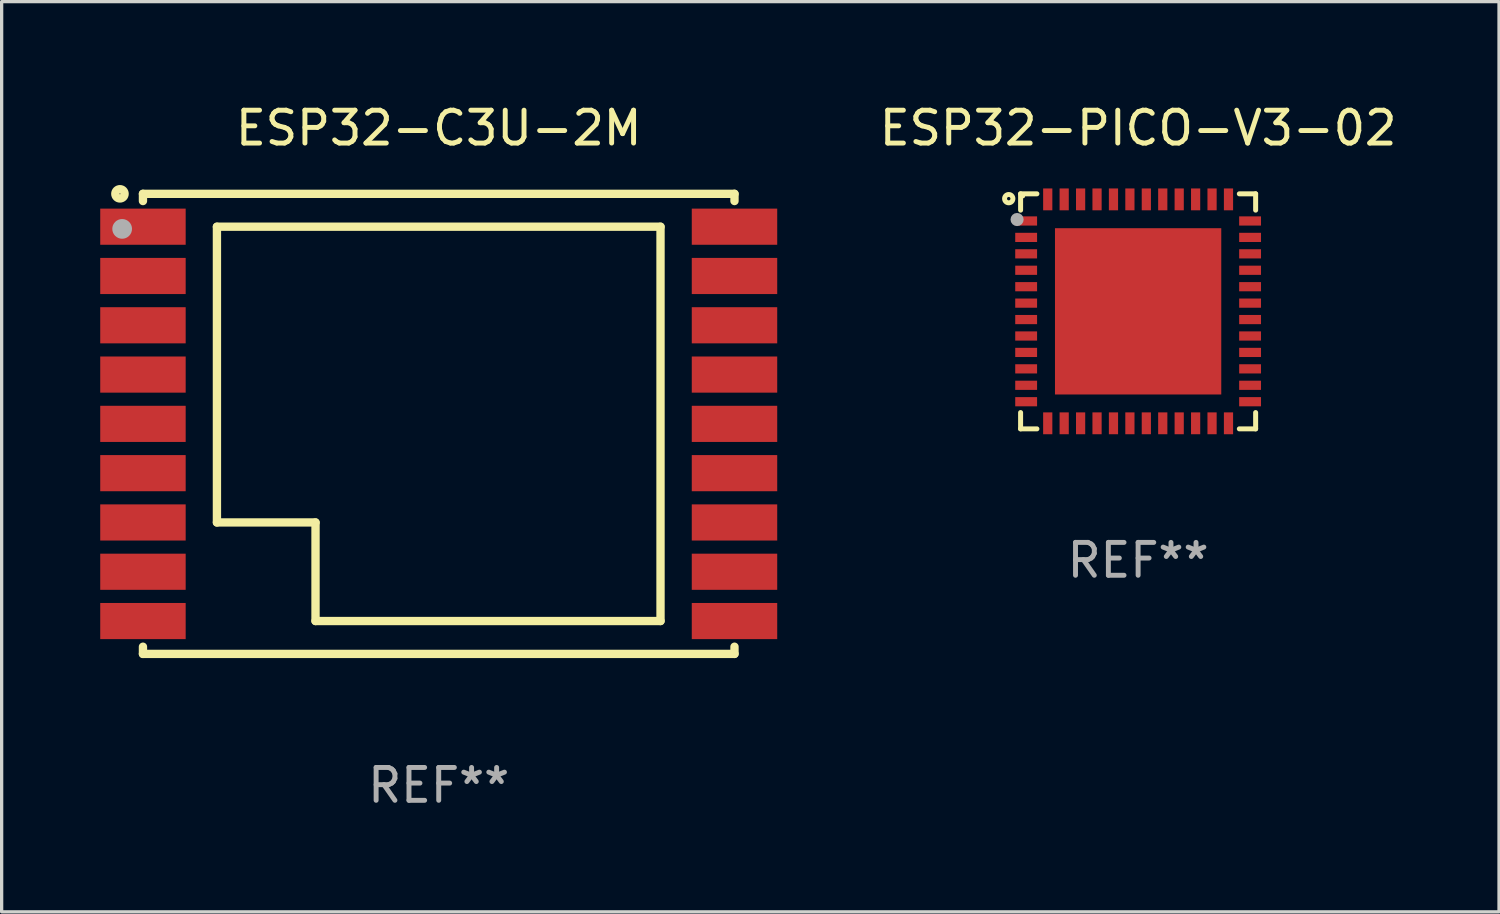
<source format=kicad_pcb>
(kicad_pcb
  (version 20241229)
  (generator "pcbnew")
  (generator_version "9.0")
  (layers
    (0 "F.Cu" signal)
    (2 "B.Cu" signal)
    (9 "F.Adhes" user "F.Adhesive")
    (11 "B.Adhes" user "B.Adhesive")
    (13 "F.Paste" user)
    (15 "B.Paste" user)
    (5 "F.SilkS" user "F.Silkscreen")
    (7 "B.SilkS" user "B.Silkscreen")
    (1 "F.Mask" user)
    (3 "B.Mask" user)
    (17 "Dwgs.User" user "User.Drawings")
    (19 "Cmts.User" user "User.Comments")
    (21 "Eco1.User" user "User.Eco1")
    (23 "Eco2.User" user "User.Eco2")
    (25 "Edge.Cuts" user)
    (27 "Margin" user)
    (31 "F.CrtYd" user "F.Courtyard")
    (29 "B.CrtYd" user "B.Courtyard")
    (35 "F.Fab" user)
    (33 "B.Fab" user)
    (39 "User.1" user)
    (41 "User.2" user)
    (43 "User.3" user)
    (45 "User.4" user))
  (footprint "ESP32-PICO-V3-02"
    (layer "F.Cu")
    (at 31.582 6.424)
    (property "Reference" "ESP32-PICO-V3-02" (at 0 -5.576 0) (layer "F.SilkS") (effects (font (size 1 1) (thickness 0.15))))
    (attr through_hole)
    (fp_line (start -3.576 -3.576) (end -3.576 -3.08) (stroke (width 0.152) (type solid)) (layer "F.SilkS"))
    (fp_line (start -3.576 3.576) (end -3.576 3.08) (stroke (width 0.152) (type solid)) (layer "F.SilkS"))
    (fp_line (start -3.08 -3.576) (end -3.576 -3.576) (stroke (width 0.152) (type solid)) (layer "F.SilkS"))
    (fp_line (start -3.08 3.576) (end -3.576 3.576) (stroke (width 0.152) (type solid)) (layer "F.SilkS"))
    (fp_line (start 3.08 -3.576) (end 3.576 -3.576) (stroke (width 0.152) (type solid)) (layer "F.SilkS"))
    (fp_line (start 3.08 3.576) (end 3.576 3.576) (stroke (width 0.152) (type solid)) (layer "F.SilkS"))
    (fp_line (start 3.576 -3.576) (end 3.576 -3.08) (stroke (width 0.152) (type solid)) (layer "F.SilkS"))
    (fp_line (start 3.576 3.576) (end 3.576 3.08) (stroke (width 0.152) (type solid)) (layer "F.SilkS"))
    (fp_circle (center -3.937 -3.429) (end -3.81 -3.429) (stroke (width 0.15) (type solid)) (fill no) (layer "F.SilkS"))
    (fp_circle (center -3.5 -3.5) (end -3.47 -3.5) (stroke (width 0.06) (type solid)) (fill no) (layer "F.SilkS"))
    (fp_circle (center -3.683 -2.794) (end -3.583 -2.794) (stroke (width 0.2) (type solid)) (fill no) (layer "F.Fab"))
    (fp_text user "REF**" (at 0 7.576 0) (layer "F.Fab") (effects (font (size 1 1) (thickness 0.15))))
    (pad "1" smd rect (at -3.407 -2.75) (size 0.665 0.28) (layers "F.Cu" "F.Mask" "F.Paste"))
    (pad "2" smd rect (at -3.407 -2.25) (size 0.665 0.28) (layers "F.Cu" "F.Mask" "F.Paste"))
    (pad "3" smd rect (at -3.407 -1.75) (size 0.665 0.28) (layers "F.Cu" "F.Mask" "F.Paste"))
    (pad "4" smd rect (at -3.407 -1.25) (size 0.665 0.28) (layers "F.Cu" "F.Mask" "F.Paste"))
    (pad "5" smd rect (at -3.407 -0.75) (size 0.665 0.28) (layers "F.Cu" "F.Mask" "F.Paste"))
    (pad "6" smd rect (at -3.407 -0.25) (size 0.665 0.28) (layers "F.Cu" "F.Mask" "F.Paste"))
    (pad "7" smd rect (at -3.407 0.25) (size 0.665 0.28) (layers "F.Cu" "F.Mask" "F.Paste"))
    (pad "8" smd rect (at -3.407 0.75) (size 0.665 0.28) (layers "F.Cu" "F.Mask" "F.Paste"))
    (pad "9" smd rect (at -3.407 1.25) (size 0.665 0.28) (layers "F.Cu" "F.Mask" "F.Paste"))
    (pad "10" smd rect (at -3.407 1.75) (size 0.665 0.28) (layers "F.Cu" "F.Mask" "F.Paste"))
    (pad "11" smd rect (at -3.407 2.25) (size 0.665 0.28) (layers "F.Cu" "F.Mask" "F.Paste"))
    (pad "12" smd rect (at -3.407 2.75) (size 0.665 0.28) (layers "F.Cu" "F.Mask" "F.Paste"))
    (pad "13" smd rect (at -2.75 3.407) (size 0.28 0.665) (layers "F.Cu" "F.Mask" "F.Paste"))
    (pad "14" smd rect (at -2.25 3.407) (size 0.28 0.665) (layers "F.Cu" "F.Mask" "F.Paste"))
    (pad "15" smd rect (at -1.75 3.407) (size 0.28 0.665) (layers "F.Cu" "F.Mask" "F.Paste"))
    (pad "16" smd rect (at -1.25 3.407) (size 0.28 0.665) (layers "F.Cu" "F.Mask" "F.Paste"))
    (pad "17" smd rect (at -0.75 3.407) (size 0.28 0.665) (layers "F.Cu" "F.Mask" "F.Paste"))
    (pad "18" smd rect (at -0.25 3.407) (size 0.28 0.665) (layers "F.Cu" "F.Mask" "F.Paste"))
    (pad "19" smd rect (at 0.25 3.407) (size 0.28 0.665) (layers "F.Cu" "F.Mask" "F.Paste"))
    (pad "20" smd rect (at 0.75 3.407) (size 0.28 0.665) (layers "F.Cu" "F.Mask" "F.Paste"))
    (pad "21" smd rect (at 1.25 3.407) (size 0.28 0.665) (layers "F.Cu" "F.Mask" "F.Paste"))
    (pad "22" smd rect (at 1.75 3.407) (size 0.28 0.665) (layers "F.Cu" "F.Mask" "F.Paste"))
    (pad "23" smd rect (at 2.25 3.407) (size 0.28 0.665) (layers "F.Cu" "F.Mask" "F.Paste"))
    (pad "24" smd rect (at 2.75 3.407) (size 0.28 0.665) (layers "F.Cu" "F.Mask" "F.Paste"))
    (pad "25" smd rect (at 3.407 2.75) (size 0.665 0.28) (layers "F.Cu" "F.Mask" "F.Paste"))
    (pad "26" smd rect (at 3.407 2.25) (size 0.665 0.28) (layers "F.Cu" "F.Mask" "F.Paste"))
    (pad "27" smd rect (at 3.407 1.75) (size 0.665 0.28) (layers "F.Cu" "F.Mask" "F.Paste"))
    (pad "28" smd rect (at 3.407 1.25) (size 0.665 0.28) (layers "F.Cu" "F.Mask" "F.Paste"))
    (pad "29" smd rect (at 3.407 0.75) (size 0.665 0.28) (layers "F.Cu" "F.Mask" "F.Paste"))
    (pad "30" smd rect (at 3.407 0.25) (size 0.665 0.28) (layers "F.Cu" "F.Mask" "F.Paste"))
    (pad "31" smd rect (at 3.407 -0.25) (size 0.665 0.28) (layers "F.Cu" "F.Mask" "F.Paste"))
    (pad "32" smd rect (at 3.407 -0.75) (size 0.665 0.28) (layers "F.Cu" "F.Mask" "F.Paste"))
    (pad "33" smd rect (at 3.407 -1.25) (size 0.665 0.28) (layers "F.Cu" "F.Mask" "F.Paste"))
    (pad "34" smd rect (at 3.407 -1.75) (size 0.665 0.28) (layers "F.Cu" "F.Mask" "F.Paste"))
    (pad "35" smd rect (at 3.407 -2.25) (size 0.665 0.28) (layers "F.Cu" "F.Mask" "F.Paste"))
    (pad "36" smd rect (at 3.407 -2.75) (size 0.665 0.28) (layers "F.Cu" "F.Mask" "F.Paste"))
    (pad "37" smd rect (at 2.75 -3.407) (size 0.28 0.665) (layers "F.Cu" "F.Mask" "F.Paste"))
    (pad "38" smd rect (at 2.25 -3.407) (size 0.28 0.665) (layers "F.Cu" "F.Mask" "F.Paste"))
    (pad "39" smd rect (at 1.75 -3.407) (size 0.28 0.665) (layers "F.Cu" "F.Mask" "F.Paste"))
    (pad "40" smd rect (at 1.25 -3.407) (size 0.28 0.665) (layers "F.Cu" "F.Mask" "F.Paste"))
    (pad "41" smd rect (at 0.75 -3.407) (size 0.28 0.665) (layers "F.Cu" "F.Mask" "F.Paste"))
    (pad "42" smd rect (at 0.25 -3.407) (size 0.28 0.665) (layers "F.Cu" "F.Mask" "F.Paste"))
    (pad "43" smd rect (at -0.25 -3.407) (size 0.28 0.665) (layers "F.Cu" "F.Mask" "F.Paste"))
    (pad "44" smd rect (at -0.75 -3.407) (size 0.28 0.665) (layers "F.Cu" "F.Mask" "F.Paste"))
    (pad "45" smd rect (at -1.25 -3.407) (size 0.28 0.665) (layers "F.Cu" "F.Mask" "F.Paste"))
    (pad "46" smd rect (at -1.75 -3.407) (size 0.28 0.665) (layers "F.Cu" "F.Mask" "F.Paste"))
    (pad "47" smd rect (at -2.25 -3.407) (size 0.28 0.665) (layers "F.Cu" "F.Mask" "F.Paste"))
    (pad "48" smd rect (at -2.75 -3.407) (size 0.28 0.665) (layers "F.Cu" "F.Mask" "F.Paste"))
    (pad "49" smd rect (at 0 0) (size 5.06 5.06) (layers "F.Cu" "F.Mask" "F.Paste")))
  (footprint "ESP32-C3U-2M"
    (layer "F.Cu")
    (at 10.3 9.848)
    (property "Reference" "ESP32-C3U-2M" (at 0 -9 0) (layer "F.SilkS") (effects (font (size 1 1) (thickness 0.15))))
    (attr through_hole)
    (fp_line (start -9 -7) (end -9 -6.781) (stroke (width 0.254) (type solid)) (layer "F.SilkS"))
    (fp_line (start -9 -7) (end 9 -7) (stroke (width 0.254) (type solid)) (layer "F.SilkS"))
    (fp_line (start -9 6.781) (end -9 7) (stroke (width 0.254) (type solid)) (layer "F.SilkS"))
    (fp_line (start -9 7) (end 9 7) (stroke (width 0.254) (type solid)) (layer "F.SilkS"))
    (fp_line (start -6.749 -5.999) (end 6.749 -5.999) (stroke (width 0.254) (type solid)) (layer "F.SilkS"))
    (fp_line (start -6.749 3) (end -6.749 -5.999) (stroke (width 0.254) (type solid)) (layer "F.SilkS"))
    (fp_line (start -3.749 3) (end -6.749 3) (stroke (width 0.254) (type solid)) (layer "F.SilkS"))
    (fp_line (start -3.749 5.999) (end -3.749 3) (stroke (width 0.254) (type solid)) (layer "F.SilkS"))
    (fp_line (start 6.749 -5.999) (end 6.749 5.999) (stroke (width 0.254) (type solid)) (layer "F.SilkS"))
    (fp_line (start 6.749 5.999) (end -3.749 5.999) (stroke (width 0.254) (type solid)) (layer "F.SilkS"))
    (fp_line (start 9 -7) (end 9 -6.781) (stroke (width 0.254) (type solid)) (layer "F.SilkS"))
    (fp_line (start 9 6.781) (end 9 7) (stroke (width 0.254) (type solid)) (layer "F.SilkS"))
    (fp_circle (center -9.7 -7) (end -9.559 -7) (stroke (width 0.254) (type solid)) (fill no) (layer "F.SilkS"))
    (fp_circle (center -9 -7) (end -8.97 -7) (stroke (width 0.06) (type solid)) (fill no) (layer "F.SilkS"))
    (fp_circle (center -9.633 -5.933) (end -9.483 -5.933) (stroke (width 0.3) (type solid)) (fill no) (layer "F.Fab"))
    (fp_text user "REF**" (at 0 11 0) (layer "F.Fab") (effects (font (size 1 1) (thickness 0.15))))
    (pad "1" smd rect (at -9 -6 90) (size 1.1 2.6) (layers "F.Cu" "F.Mask" "F.Paste"))
    (pad "2" smd rect (at -9 -4.5 90) (size 1.1 2.6) (layers "F.Cu" "F.Mask" "F.Paste"))
    (pad "3" smd rect (at -9 -3 90) (size 1.1 2.6) (layers "F.Cu" "F.Mask" "F.Paste"))
    (pad "4" smd rect (at -9 -1.5 90) (size 1.1 2.6) (layers "F.Cu" "F.Mask" "F.Paste"))
    (pad "5" smd rect (at -9 0 90) (size 1.1 2.6) (layers "F.Cu" "F.Mask" "F.Paste"))
    (pad "6" smd rect (at -9 1.5 90) (size 1.1 2.6) (layers "F.Cu" "F.Mask" "F.Paste"))
    (pad "7" smd rect (at -9 3 90) (size 1.1 2.6) (layers "F.Cu" "F.Mask" "F.Paste"))
    (pad "8" smd rect (at -9 4.5 90) (size 1.1 2.6) (layers "F.Cu" "F.Mask" "F.Paste"))
    (pad "9" smd rect (at -9 6 90) (size 1.1 2.6) (layers "F.Cu" "F.Mask" "F.Paste"))
    (pad "10" smd rect (at 9 6 90) (size 1.1 2.6) (layers "F.Cu" "F.Mask" "F.Paste"))
    (pad "11" smd rect (at 9 4.5 90) (size 1.1 2.6) (layers "F.Cu" "F.Mask" "F.Paste"))
    (pad "12" smd rect (at 9 3 90) (size 1.1 2.6) (layers "F.Cu" "F.Mask" "F.Paste"))
    (pad "13" smd rect (at 9 1.5 90) (size 1.1 2.6) (layers "F.Cu" "F.Mask" "F.Paste"))
    (pad "14" smd rect (at 9 0 90) (size 1.1 2.6) (layers "F.Cu" "F.Mask" "F.Paste"))
    (pad "15" smd rect (at 9 -1.5 90) (size 1.1 2.6) (layers "F.Cu" "F.Mask" "F.Paste"))
    (pad "16" smd rect (at 9 -3 90) (size 1.1 2.6) (layers "F.Cu" "F.Mask" "F.Paste"))
    (pad "17" smd rect (at 9 -4.5 90) (size 1.1 2.6) (layers "F.Cu" "F.Mask" "F.Paste"))
    (pad "18" smd rect (at 9 -6 90) (size 1.1 2.6) (layers "F.Cu" "F.Mask" "F.Paste")))
  (gr_rect
    (start -3 -3)
    (end 42.564 24.697)
    (stroke (width 0.1) (type default))
    (fill no)
    (layer "Edge.Cuts")))
</source>
